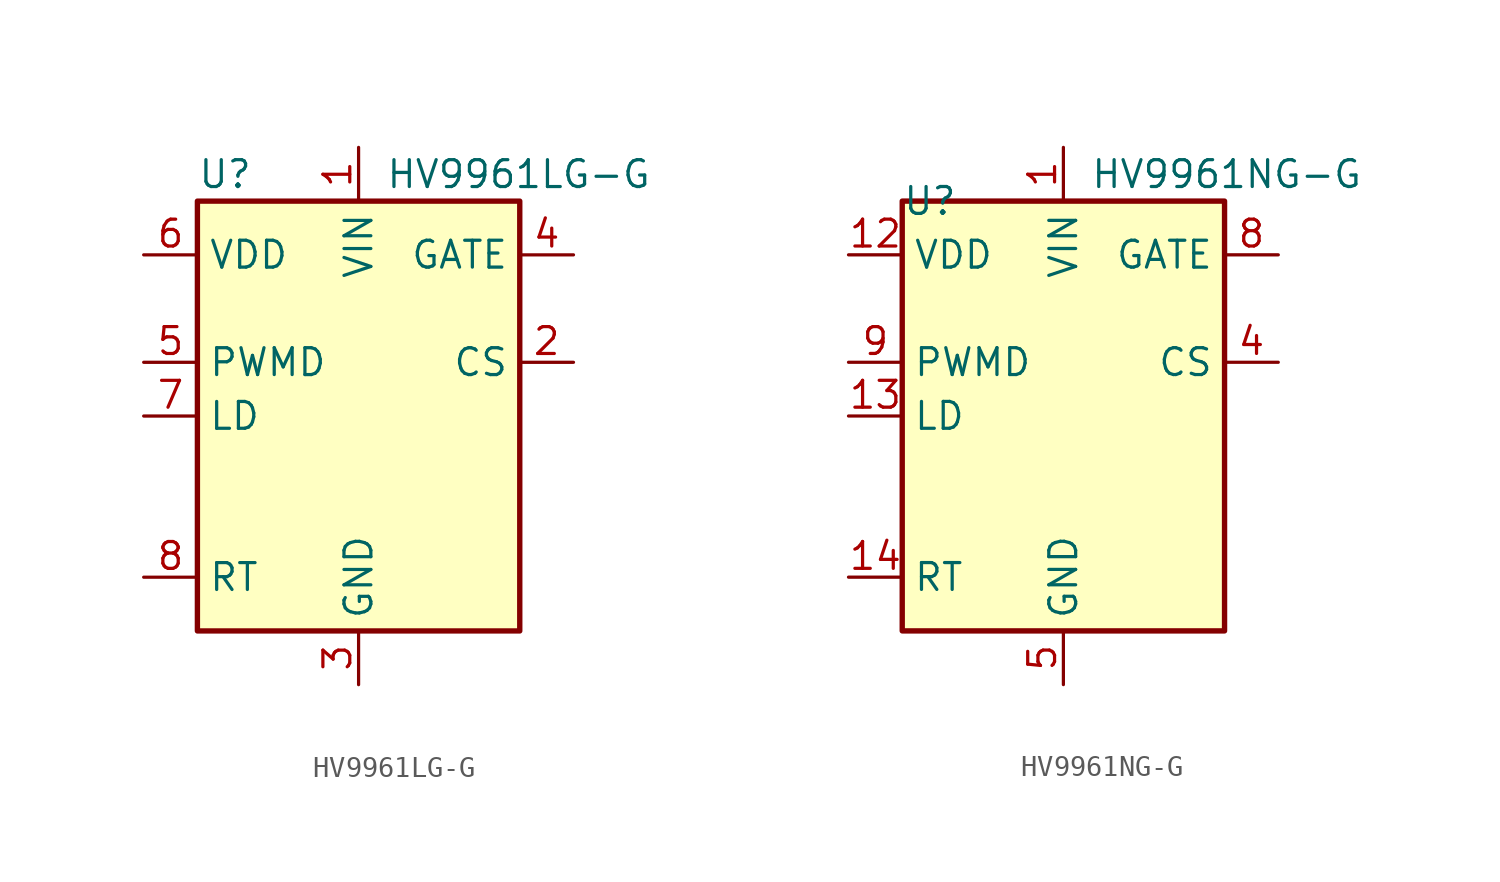
<source format=kicad_sym>
(kicad_symbol_lib
  (version 20231120)
  (generator "kicad_symbol_editor")
  (generator_version "8.0")
  (symbol "HV9961LG-G"
    (property "Reference" "U"
      (at -7.62 11.43 0)
      (effects (font (size 1.27 1.27)) (justify left)))
    (property "Value" "HV9961LG-G"
      (at 1.27 11.43 0)
      (effects (font (size 1.27 1.27)) (justify left)))
    (symbol "HV9961LG-G_0_1"
      (rectangle (start -7.62 10.16) (end 7.62 -10.16) (stroke (width 0.254) (type default)) (fill (type background))))
    (symbol "HV9961LG-G_1_1"
      (pin power_in line (at 0 12.7 270) (length 2.54) (name "VIN" (effects (font (size 1.27 1.27)))) (number "1" (effects (font (size 1.27 1.27)))))
      (pin input line (at 10.16 2.54 180) (length 2.54) (name "CS" (effects (font (size 1.27 1.27)))) (number "2" (effects (font (size 1.27 1.27)))))
      (pin power_in line (at 0 -12.7 90) (length 2.54) (name "GND" (effects (font (size 1.27 1.27)))) (number "3" (effects (font (size 1.27 1.27)))))
      (pin output line (at 10.16 7.62 180) (length 2.54) (name "GATE" (effects (font (size 1.27 1.27)))) (number "4" (effects (font (size 1.27 1.27)))))
      (pin input line (at -10.16 2.54 0) (length 2.54) (name "PWMD" (effects (font (size 1.27 1.27)))) (number "5" (effects (font (size 1.27 1.27)))))
      (pin power_out line (at -10.16 7.62 0) (length 2.54) (name "VDD" (effects (font (size 1.27 1.27)))) (number "6" (effects (font (size 1.27 1.27)))))
      (pin input line (at -10.16 0 0) (length 2.54) (name "LD" (effects (font (size 1.27 1.27)))) (number "7" (effects (font (size 1.27 1.27)))))
      (pin input line (at -10.16 -7.62 0) (length 2.54) (name "RT" (effects (font (size 1.27 1.27)))) (number "8" (effects (font (size 1.27 1.27)))))))
  (symbol "HV9961NG-G"
    (property "Reference" "U"
      (at -7.62 10.16 0)
      (effects (font (size 1.27 1.27)) (justify left)))
    (property "Value" "HV9961NG-G"
      (at 1.27 11.43 0)
      (effects (font (size 1.27 1.27)) (justify left)))
    (symbol "HV9961NG-G_0_1"
      (rectangle (start -7.62 10.16) (end 7.62 -10.16) (stroke (width 0.254) (type default)) (fill (type background))))
    (symbol "HV9961NG-G_1_1"
      (pin power_in line (at 0 12.7 270) (length 2.54) (name "VIN" (effects (font (size 1.27 1.27)))) (number "1" (effects (font (size 1.27 1.27)))))
      (pin no_connect line (at 7.62 0 180) (length 2.54) hide (name "NC" (effects (font (size 1.27 1.27)))) (number "10" (effects (font (size 1.27 1.27)))))
      (pin no_connect line (at 7.62 -2.54 180) (length 2.54) hide (name "NC" (effects (font (size 1.27 1.27)))) (number "11" (effects (font (size 1.27 1.27)))))
      (pin power_out line (at -10.16 7.62 0) (length 2.54) (name "VDD" (effects (font (size 1.27 1.27)))) (number "12" (effects (font (size 1.27 1.27)))))
      (pin input line (at -10.16 0 0) (length 2.54) (name "LD" (effects (font (size 1.27 1.27)))) (number "13" (effects (font (size 1.27 1.27)))))
      (pin input line (at -10.16 -7.62 0) (length 2.54) (name "RT" (effects (font (size 1.27 1.27)))) (number "14" (effects (font (size 1.27 1.27)))))
      (pin no_connect line (at 7.62 -5.08 180) (length 2.54) hide (name "NC" (effects (font (size 1.27 1.27)))) (number "15" (effects (font (size 1.27 1.27)))))
      (pin no_connect line (at 7.62 -7.62 180) (length 2.54) hide (name "NC" (effects (font (size 1.27 1.27)))) (number "16" (effects (font (size 1.27 1.27)))))
      (pin no_connect line (at -7.62 5.08 0) (length 2.54) hide (name "NC" (effects (font (size 1.27 1.27)))) (number "2" (effects (font (size 1.27 1.27)))))
      (pin no_connect line (at -7.62 -2.54 0) (length 2.54) hide (name "NC" (effects (font (size 1.27 1.27)))) (number "3" (effects (font (size 1.27 1.27)))))
      (pin input line (at 10.16 2.54 180) (length 2.54) (name "CS" (effects (font (size 1.27 1.27)))) (number "4" (effects (font (size 1.27 1.27)))))
      (pin power_in line (at 0 -12.7 90) (length 2.54) (name "GND" (effects (font (size 1.27 1.27)))) (number "5" (effects (font (size 1.27 1.27)))))
      (pin no_connect line (at -7.62 -5.08 0) (length 2.54) hide (name "NC" (effects (font (size 1.27 1.27)))) (number "6" (effects (font (size 1.27 1.27)))))
      (pin no_connect line (at 7.62 5.08 180) (length 2.54) hide (name "NC" (effects (font (size 1.27 1.27)))) (number "7" (effects (font (size 1.27 1.27)))))
      (pin output line (at 10.16 7.62 180) (length 2.54) (name "GATE" (effects (font (size 1.27 1.27)))) (number "8" (effects (font (size 1.27 1.27)))))
      (pin input line (at -10.16 2.54 0) (length 2.54) (name "PWMD" (effects (font (size 1.27 1.27)))) (number "9" (effects (font (size 1.27 1.27))))))))
</source>
